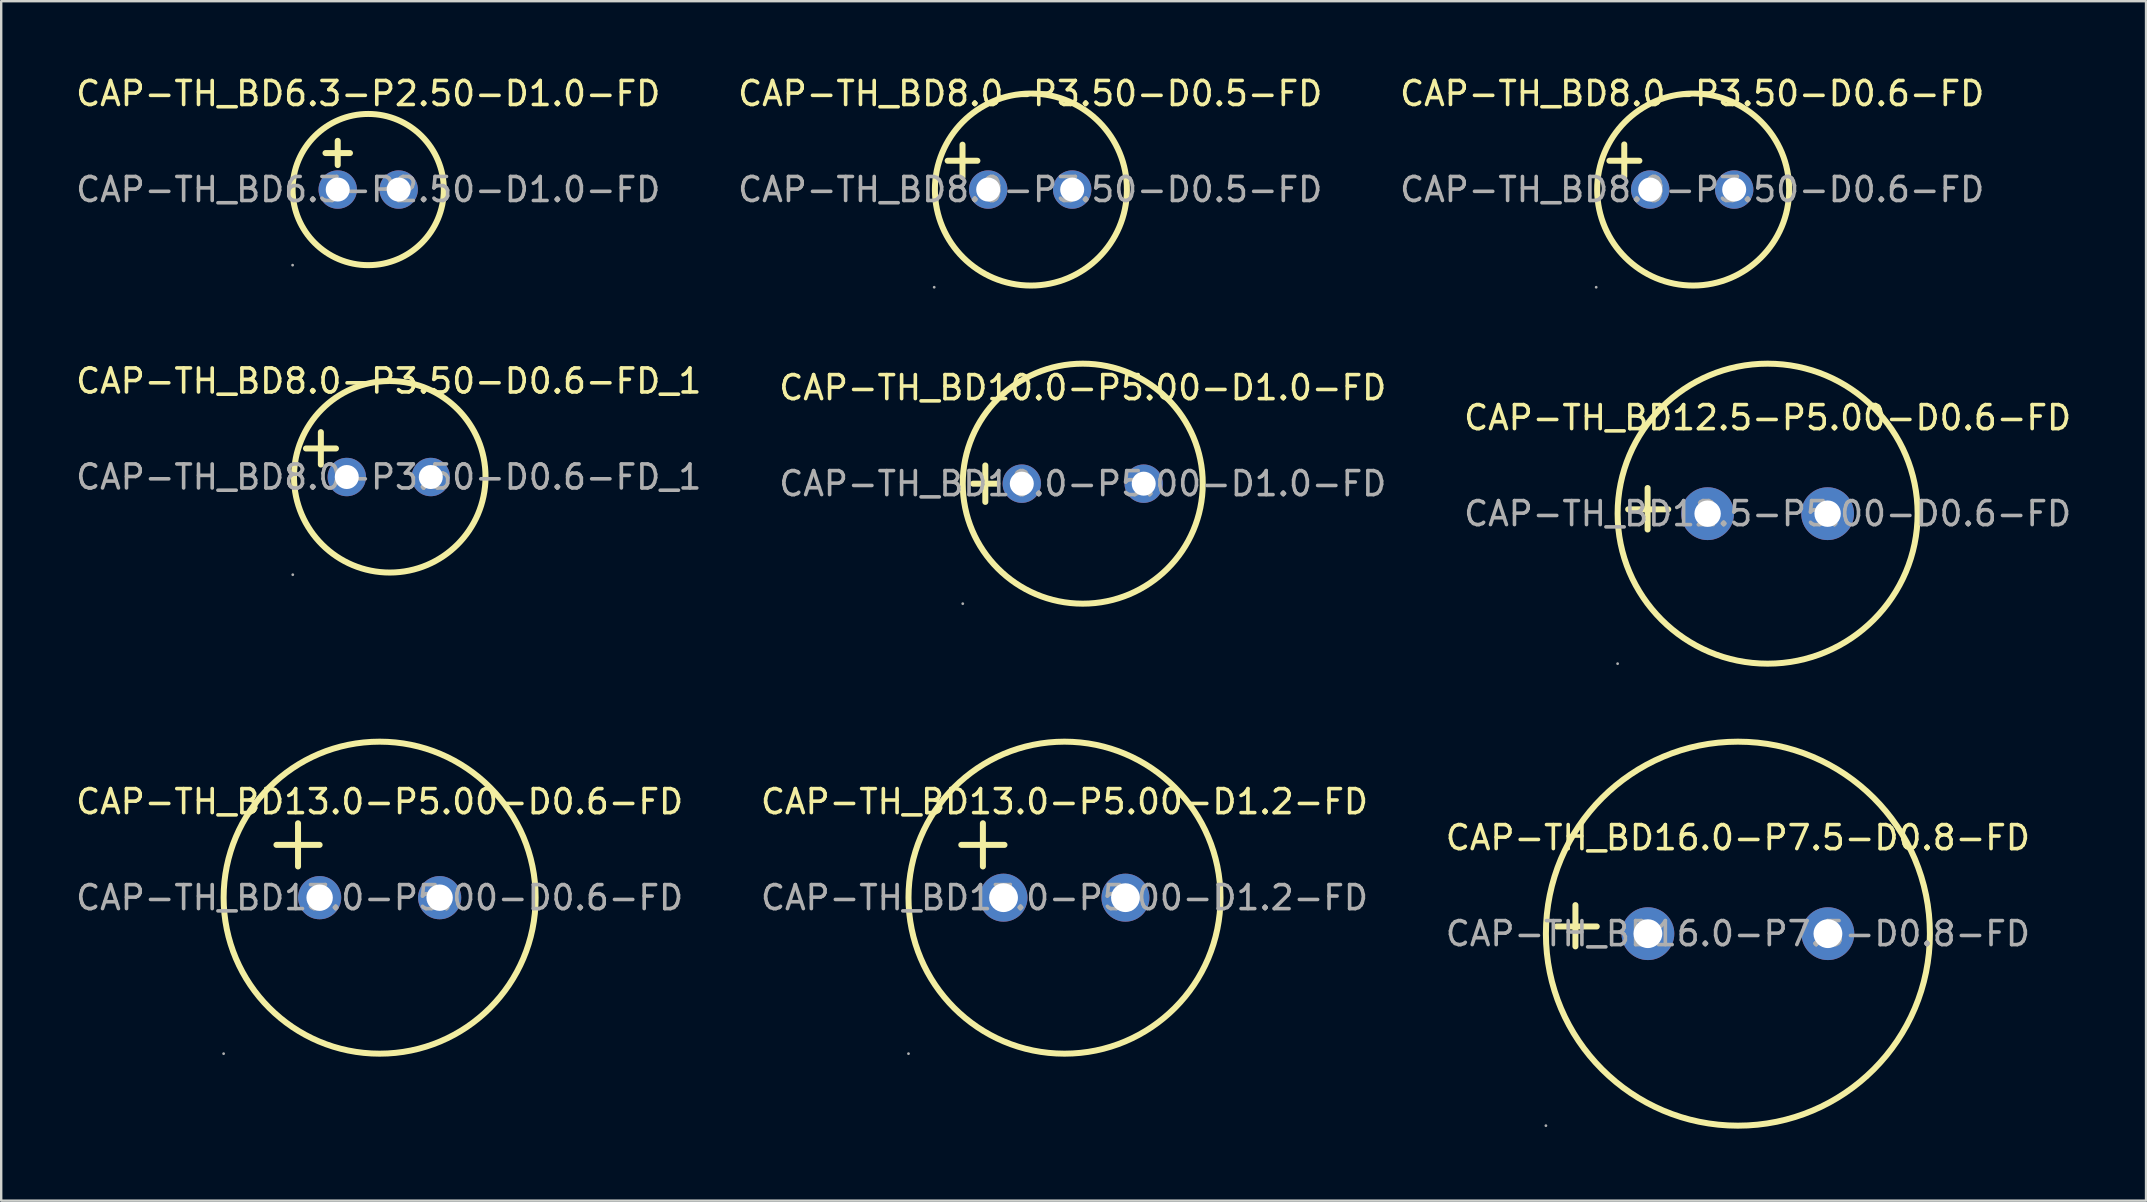
<source format=kicad_pcb>
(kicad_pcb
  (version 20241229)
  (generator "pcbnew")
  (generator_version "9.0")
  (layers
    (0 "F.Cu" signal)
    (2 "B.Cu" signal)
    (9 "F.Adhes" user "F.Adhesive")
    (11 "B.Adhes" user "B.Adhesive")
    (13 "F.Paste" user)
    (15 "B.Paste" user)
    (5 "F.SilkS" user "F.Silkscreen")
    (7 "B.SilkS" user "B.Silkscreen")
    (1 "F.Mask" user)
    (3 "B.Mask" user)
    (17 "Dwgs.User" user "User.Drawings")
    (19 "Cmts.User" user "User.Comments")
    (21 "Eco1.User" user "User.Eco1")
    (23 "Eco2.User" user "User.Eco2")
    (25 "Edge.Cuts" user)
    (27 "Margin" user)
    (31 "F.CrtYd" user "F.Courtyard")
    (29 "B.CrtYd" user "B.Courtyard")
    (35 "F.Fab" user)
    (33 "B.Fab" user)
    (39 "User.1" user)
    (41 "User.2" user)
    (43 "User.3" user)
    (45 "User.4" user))
  (footprint "CAP-TH_BD16.0-P7.5-D0.8-FD"
    (layer "F.Cu")
    (at 69.363 35.853)
    (property "Reference" "CAP-TH_BD16.0-P7.5-D0.8-FD" (at 0 -4 0) (layer "F.SilkS") (effects (font (size 1 1) (thickness 0.15))))
    (attr through_hole)
    (fp_line (start -6.77 0.53) (end -6.77 -1.19) (stroke (width 0.25) (type solid)) (layer "F.SilkS"))
    (fp_line (start -5.88 -0.3) (end -7.55 -0.3) (stroke (width 0.25) (type solid)) (layer "F.SilkS"))
    (fp_circle (center 0 0) (end 8 0) (stroke (width 0.25) (type solid)) (fill no) (layer "F.SilkS"))
    (fp_circle (center -8 8) (end -7.97 8) (stroke (width 0.06) (type solid)) (fill no) (layer "F.Fab"))
    (fp_circle (center -3.75 0) (end -3.55 0) (stroke (width 0.4) (type solid)) (fill no) (layer "F.Fab"))
    (fp_circle (center 3.75 0) (end 3.95 0) (stroke (width 0.4) (type solid)) (fill no) (layer "F.Fab"))
    (fp_text user "${REFERENCE}" (at 0 0 0) (layer "F.Fab") (effects (font (size 1 1) (thickness 0.15))))
    (pad "1" thru_hole circle (at -3.75 0) (size 2.2 2.2) (drill 1.2) (layers "*.Cu" "*.Paste" "*.Mask"))
    (pad "2" thru_hole circle (at 3.75 0) (size 2.2 2.2) (drill 1.2) (layers "*.Cu" "*.Paste" "*.Mask")))
  (footprint "CAP-TH_BD8.0-P3.50-D0.5-FD"
    (layer "F.Cu")
    (at 39.875 4.848)
    (property "Reference" "CAP-TH_BD8.0-P3.50-D0.5-FD" (at 0 -4 0) (layer "F.SilkS") (effects (font (size 1 1) (thickness 0.15))))
    (attr through_hole)
    (fp_line (start -2.82 -0.52) (end -2.82 -1.87) (stroke (width 0.25) (type solid)) (layer "F.SilkS"))
    (fp_line (start -2.2 -1.2) (end -3.44 -1.2) (stroke (width 0.25) (type solid)) (layer "F.SilkS"))
    (fp_arc (start 0.07 -4) (mid 0.024908 4.000197) (end 0.000184 -4.000089) (stroke (width 0.25) (type solid)) (layer "F.SilkS"))
    (fp_circle (center -4 4.07) (end -3.97 4.07) (stroke (width 0.06) (type solid)) (fill no) (layer "F.Fab"))
    (fp_circle (center -1.75 0) (end -1.63 0) (stroke (width 0.25) (type solid)) (fill no) (layer "F.Fab"))
    (fp_circle (center 1.75 0) (end 1.87 0) (stroke (width 0.25) (type solid)) (fill no) (layer "F.Fab"))
    (fp_text user "${REFERENCE}" (at 0 0 0) (layer "F.Fab") (effects (font (size 1 1) (thickness 0.15))))
    (pad "1" thru_hole circle (at -1.75 0 90) (size 1.6 1.6) (drill 1) (layers "*.Cu" "*.Paste" "*.Mask"))
    (pad "2" thru_hole circle (at 1.75 0 90) (size 1.6 1.6) (drill 1) (layers "*.Cu" "*.Paste" "*.Mask")))
  (footprint "CAP-TH_BD6.3-P2.50-D1.0-FD"
    (layer "F.Cu")
    (at 12.292 4.848)
    (property "Reference" "CAP-TH_BD6.3-P2.50-D1.0-FD" (at 0 -4 0) (layer "F.SilkS") (effects (font (size 1 1) (thickness 0.15))))
    (attr through_hole)
    (fp_line (start -1.78 -1.52) (end -0.76 -1.52) (stroke (width 0.25) (type solid)) (layer "F.SilkS"))
    (fp_line (start -1.27 -2.03) (end -1.27 -1.02) (stroke (width 0.25) (type solid)) (layer "F.SilkS"))
    (fp_circle (center 0 0) (end 3.15 0) (stroke (width 0.25) (type solid)) (fill no) (layer "F.SilkS"))
    (fp_circle (center -3.15 3.15) (end -3.12 3.15) (stroke (width 0.06) (type solid)) (fill no) (layer "F.Fab"))
    (fp_circle (center -1.27 0) (end -1.12 0) (stroke (width 0.3) (type solid)) (fill no) (layer "F.Fab"))
    (fp_circle (center 1.27 0) (end 1.42 0) (stroke (width 0.3) (type solid)) (fill no) (layer "F.Fab"))
    (fp_text user "${REFERENCE}" (at 0 0 0) (layer "F.Fab") (effects (font (size 1 1) (thickness 0.15))))
    (pad "1" thru_hole circle (at -1.27 0) (size 1.6 1.6) (drill 1) (layers "*.Cu" "*.Paste" "*.Mask"))
    (pad "2" thru_hole circle (at 1.27 0) (size 1.6 1.6) (drill 1) (layers "*.Cu" "*.Paste" "*.Mask")))
  (footprint "CAP-TH_BD13.0-P5.00-D1.2-FD"
    (layer "F.Cu")
    (at 41.304 34.353)
    (property "Reference" "CAP-TH_BD13.0-P5.00-D1.2-FD" (at 0 -4 0) (layer "F.SilkS") (effects (font (size 1 1) (thickness 0.15))))
    (attr through_hole)
    (fp_line (start -4.3 -2.2) (end -2.5 -2.2) (stroke (width 0.25) (type solid)) (layer "F.SilkS"))
    (fp_line (start -3.4 -3.1) (end -3.4 -1.3) (stroke (width 0.25) (type solid)) (layer "F.SilkS"))
    (fp_circle (center 0 0) (end 6.5 0) (stroke (width 0.25) (type solid)) (fill no) (layer "F.SilkS"))
    (fp_circle (center -6.5 6.5) (end -6.47 6.5) (stroke (width 0.06) (type solid)) (fill no) (layer "F.Fab"))
    (fp_circle (center -2.54 0) (end -2.39 0) (stroke (width 0.3) (type solid)) (fill no) (layer "F.Fab"))
    (fp_circle (center 2.54 0) (end 2.69 0) (stroke (width 0.3) (type solid)) (fill no) (layer "F.Fab"))
    (fp_text user "${REFERENCE}" (at 0 0 0) (layer "F.Fab") (effects (font (size 1 1) (thickness 0.15))))
    (pad "1" thru_hole circle (at -2.54 0) (size 2 2) (drill 1.2) (layers "*.Cu" "*.Paste" "*.Mask"))
    (pad "2" thru_hole circle (at 2.54 0) (size 2 2) (drill 1.2) (layers "*.Cu" "*.Paste" "*.Mask")))
  (footprint "CAP-TH_BD12.5-P5.00-D0.6-FD"
    (layer "F.Cu")
    (at 70.601 18.353)
    (property "Reference" "CAP-TH_BD12.5-P5.00-D0.6-FD" (at 0 -4 0) (layer "F.SilkS") (effects (font (size 1 1) (thickness 0.15))))
    (attr through_hole)
    (fp_line (start -5 0.66) (end -5 -1.07) (stroke (width 0.25) (type solid)) (layer "F.SilkS"))
    (fp_line (start -4.14 -0.18) (end -5.81 -0.18) (stroke (width 0.25) (type solid)) (layer "F.SilkS"))
    (fp_circle (center 0 0) (end 6.25 0) (stroke (width 0.25) (type solid)) (fill no) (layer "F.SilkS"))
    (fp_circle (center -6.25 6.25) (end -6.22 6.25) (stroke (width 0.06) (type solid)) (fill no) (layer "F.Fab"))
    (fp_circle (center -2.5 0) (end -2.35 0) (stroke (width 0.3) (type solid)) (fill no) (layer "F.Fab"))
    (fp_circle (center 2.5 0) (end 2.65 0) (stroke (width 0.3) (type solid)) (fill no) (layer "F.Fab"))
    (fp_text user "${REFERENCE}" (at 0 0 0) (layer "F.Fab") (effects (font (size 1 1) (thickness 0.15))))
    (pad "1" thru_hole circle (at -2.5 0) (size 2.2 2.2) (drill 1.1) (layers "*.Cu" "*.Paste" "*.Mask"))
    (pad "2" thru_hole circle (at 2.5 0) (size 2.2 2.2) (drill 1.1) (layers "*.Cu" "*.Paste" "*.Mask")))
  (footprint "CAP-TH_BD8.0-P3.50-D0.6-FD"
    (layer "F.Cu")
    (at 67.458 4.848)
    (property "Reference" "CAP-TH_BD8.0-P3.50-D0.6-FD" (at 0 -4 0) (layer "F.SilkS") (effects (font (size 1 1) (thickness 0.15))))
    (attr through_hole)
    (fp_line (start -2.83 -0.53) (end -2.83 -1.88) (stroke (width 0.25) (type solid)) (layer "F.SilkS"))
    (fp_line (start -2.2 -1.2) (end -3.45 -1.2) (stroke (width 0.25) (type solid)) (layer "F.SilkS"))
    (fp_arc (start 0.07 -4) (mid 0.044907 4.000109) (end 0.000186 -3.999914) (stroke (width 0.25) (type solid)) (layer "F.SilkS"))
    (fp_circle (center -4 4.07) (end -3.97 4.07) (stroke (width 0.06) (type solid)) (fill no) (layer "F.Fab"))
    (fp_circle (center -1.75 0) (end -1.6 0) (stroke (width 0.3) (type solid)) (fill no) (layer "F.Fab"))
    (fp_circle (center 1.75 0) (end 1.9 0) (stroke (width 0.3) (type solid)) (fill no) (layer "F.Fab"))
    (fp_text user "${REFERENCE}" (at 0 0 0) (layer "F.Fab") (effects (font (size 1 1) (thickness 0.15))))
    (pad "1" thru_hole circle (at -1.75 0 90) (size 1.6 1.6) (drill 1) (layers "*.Cu" "*.Paste" "*.Mask"))
    (pad "2" thru_hole circle (at 1.75 0 90) (size 1.6 1.6) (drill 1) (layers "*.Cu" "*.Paste" "*.Mask")))
  (footprint "CAP-TH_BD10.0-P5.00-D1.0-FD"
    (layer "F.Cu")
    (at 42.065 17.103)
    (property "Reference" "CAP-TH_BD10.0-P5.00-D1.0-FD" (at 0 -4 0) (layer "F.SilkS") (effects (font (size 1 1) (thickness 0.15))))
    (attr through_hole)
    (fp_line (start -4.57 0) (end -3.56 0) (stroke (width 0.25) (type solid)) (layer "F.SilkS"))
    (fp_line (start -4.06 -0.76) (end -4.06 0.76) (stroke (width 0.25) (type solid)) (layer "F.SilkS"))
    (fp_circle (center 0 0) (end 5 0) (stroke (width 0.25) (type solid)) (fill no) (layer "F.SilkS"))
    (fp_circle (center -5 5) (end -4.97 5) (stroke (width 0.06) (type solid)) (fill no) (layer "F.Fab"))
    (fp_circle (center -2.54 0) (end -2.39 0) (stroke (width 0.3) (type solid)) (fill no) (layer "F.Fab"))
    (fp_circle (center 2.54 0) (end 2.69 0) (stroke (width 0.3) (type solid)) (fill no) (layer "F.Fab"))
    (fp_text user "${REFERENCE}" (at 0 0 0) (layer "F.Fab") (effects (font (size 1 1) (thickness 0.15))))
    (pad "1" thru_hole circle (at -2.54 0) (size 1.6 1.6) (drill 1) (layers "*.Cu" "*.Paste" "*.Mask"))
    (pad "2" thru_hole circle (at 2.54 0) (size 1.6 1.6) (drill 1) (layers "*.Cu" "*.Paste" "*.Mask")))
  (footprint "CAP-TH_BD8.0-P3.50-D0.6-FD_1"
    (layer "F.Cu")
    (at 13.149 16.826)
    (property "Reference" "CAP-TH_BD8.0-P3.50-D0.6-FD_1" (at 0 -4 0) (layer "F.SilkS") (effects (font (size 1 1) (thickness 0.15))))
    (attr through_hole)
    (fp_line (start -2.83 -0.52) (end -2.83 -1.87) (stroke (width 0.25) (type solid)) (layer "F.SilkS"))
    (fp_line (start -2.2 -1.19) (end -3.45 -1.19) (stroke (width 0.25) (type solid)) (layer "F.SilkS"))
    (fp_arc (start 0.07 -4) (mid 0.04482 3.98011) (end 0.00036 -3.999916) (stroke (width 0.25) (type solid)) (layer "F.SilkS"))
    (fp_circle (center -4 4.07) (end -3.97 4.07) (stroke (width 0.06) (type solid)) (fill no) (layer "F.Fab"))
    (fp_circle (center -1.75 0) (end -1.6 0) (stroke (width 0.3) (type solid)) (fill no) (layer "F.Fab"))
    (fp_circle (center 1.75 0) (end 1.9 0) (stroke (width 0.3) (type solid)) (fill no) (layer "F.Fab"))
    (fp_text user "${REFERENCE}" (at 0 0 0) (layer "F.Fab") (effects (font (size 1 1) (thickness 0.15))))
    (pad "1" thru_hole circle (at -1.75 0 90) (size 1.6 1.6) (drill 1) (layers "*.Cu" "*.Paste" "*.Mask"))
    (pad "2" thru_hole circle (at 1.75 0 90) (size 1.6 1.6) (drill 1) (layers "*.Cu" "*.Paste" "*.Mask")))
  (footprint "CAP-TH_BD13.0-P5.00-D0.6-FD"
    (layer "F.Cu")
    (at 12.768 34.353)
    (property "Reference" "CAP-TH_BD13.0-P5.00-D0.6-FD" (at 0 -4 0) (layer "F.SilkS") (effects (font (size 1 1) (thickness 0.15))))
    (attr through_hole)
    (fp_line (start -4.3 -2.2) (end -2.5 -2.2) (stroke (width 0.25) (type solid)) (layer "F.SilkS"))
    (fp_line (start -3.4 -3.1) (end -3.4 -1.3) (stroke (width 0.25) (type solid)) (layer "F.SilkS"))
    (fp_circle (center 0 0) (end 6.5 0) (stroke (width 0.25) (type solid)) (fill no) (layer "F.SilkS"))
    (fp_circle (center -6.5 6.5) (end -6.47 6.5) (stroke (width 0.06) (type solid)) (fill no) (layer "F.Fab"))
    (fp_circle (center -2.5 0) (end -2.35 0) (stroke (width 0.3) (type solid)) (fill no) (layer "F.Fab"))
    (fp_circle (center 2.5 0) (end 2.65 0) (stroke (width 0.3) (type solid)) (fill no) (layer "F.Fab"))
    (fp_text user "${REFERENCE}" (at 0 0 0) (layer "F.Fab") (effects (font (size 1 1) (thickness 0.15))))
    (pad "1" thru_hole circle (at -2.5 0) (size 1.8 1.8) (drill 1.1) (layers "*.Cu" "*.Paste" "*.Mask"))
    (pad "2" thru_hole circle (at 2.5 0) (size 1.8 1.8) (drill 1.1) (layers "*.Cu" "*.Paste" "*.Mask")))
  (gr_rect
    (start -3 -3)
    (end 86.369 46.978)
    (stroke (width 0.1) (type default))
    (fill no)
    (layer "Edge.Cuts")))
</source>
